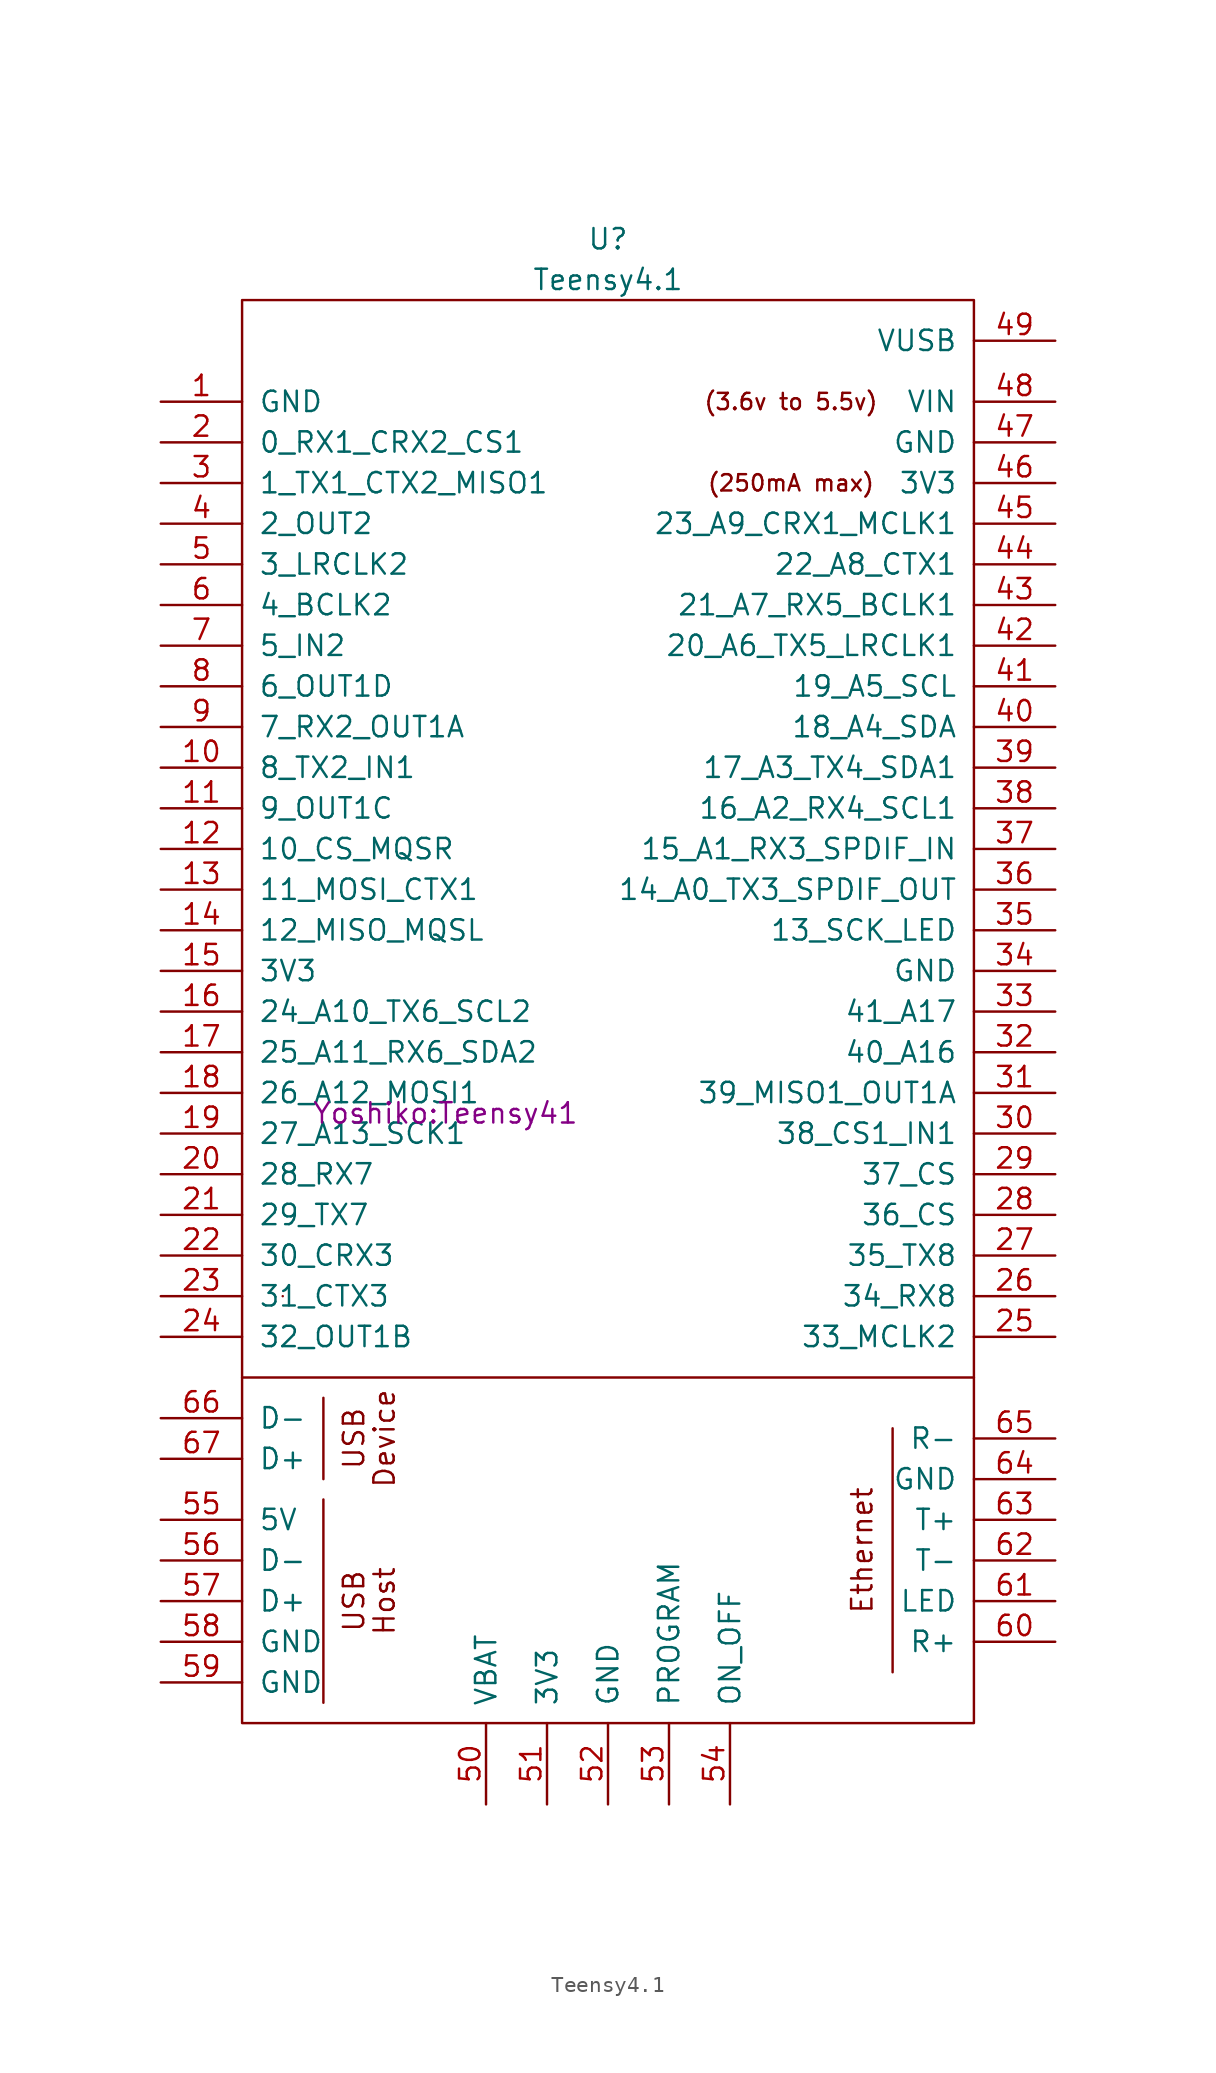
<source format=kicad_sym>
(kicad_symbol_lib
  (version 20211014)
  (generator kicad_symbol_editor)
  (symbol "Teensy4.1"
    (pin_names
      (offset 1.016))
    (property "Reference" "U"
      (at 0 64.77 0)
      (effects (font (size 1.27 1.27))))
    (property "Value" "Teensy4.1"
      (at 0 62.23 0)
      (effects (font (size 1.27 1.27))))
    (property "Footprint" "Yoshiko:Teensy41"
      (at -10.16 10.16 0)
      (effects (font (size 1.27 1.27))))
    (symbol "Teensy4.1_0_0"
      (polyline (pts (xy -22.86 -6.35) (xy 22.86 -6.35)) (stroke (width 0) (type default) (color 0 0 0 0)) (fill (type none)))
      (polyline (pts (xy -17.78 -26.67) (xy -17.78 -13.97)) (stroke (width 0) (type default) (color 0 0 0 0)) (fill (type none)))
      (polyline (pts (xy -17.78 -7.62) (xy -17.78 -12.7)) (stroke (width 0) (type default) (color 0 0 0 0)) (fill (type none)))
      (polyline (pts (xy 17.78 -9.525) (xy 17.78 -24.765)) (stroke (width 0) (type default) (color 0 0 0 0)) (fill (type none)))
      (text "(250mA max)" (at 11.43 49.53 0) (effects (font (size 1.016 1.016))))
      (text "(3.6v to 5.5v)" (at 11.43 54.61 0) (effects (font (size 1.016 1.016))))
      (text "Device" (at -13.97 -10.16 900) (effects (font (size 1.27 1.27))))
      (text "Ethernet" (at 15.875 -17.145 900) (effects (font (size 1.27 1.27))))
      (text "Host" (at -13.97 -20.32 900) (effects (font (size 1.27 1.27))))
      (text "USB" (at -15.875 -20.32 900) (effects (font (size 1.27 1.27))))
      (text "USB" (at -15.875 -10.16 900) (effects (font (size 1.27 1.27))))
      (pin bidirectional line (at -27.94 31.75 0) (length 5.08) (name "8_TX2_IN1" (effects (font (size 1.27 1.27)))) (number "10" (effects (font (size 1.27 1.27)))))
      (pin bidirectional line (at -27.94 29.21 0) (length 5.08) (name "9_OUT1C" (effects (font (size 1.27 1.27)))) (number "11" (effects (font (size 1.27 1.27)))))
      (pin bidirectional line (at -27.94 26.67 0) (length 5.08) (name "10_CS_MQSR" (effects (font (size 1.27 1.27)))) (number "12" (effects (font (size 1.27 1.27)))))
      (pin bidirectional line (at -27.94 24.13 0) (length 5.08) (name "11_MOSI_CTX1" (effects (font (size 1.27 1.27)))) (number "13" (effects (font (size 1.27 1.27)))))
      (pin bidirectional line (at -27.94 21.59 0) (length 5.08) (name "12_MISO_MQSL" (effects (font (size 1.27 1.27)))) (number "14" (effects (font (size 1.27 1.27)))))
      (pin power_in line (at -27.94 19.05 0) (length 5.08) (name "3V3" (effects (font (size 1.27 1.27)))) (number "15" (effects (font (size 1.27 1.27)))))
      (pin bidirectional line (at -27.94 16.51 0) (length 5.08) (name "24_A10_TX6_SCL2" (effects (font (size 1.27 1.27)))) (number "16" (effects (font (size 1.27 1.27)))))
      (pin bidirectional line (at -27.94 13.97 0) (length 5.08) (name "25_A11_RX6_SDA2" (effects (font (size 1.27 1.27)))) (number "17" (effects (font (size 1.27 1.27)))))
      (pin bidirectional line (at -27.94 11.43 0) (length 5.08) (name "26_A12_MOSI1" (effects (font (size 1.27 1.27)))) (number "18" (effects (font (size 1.27 1.27)))))
      (pin bidirectional line (at -27.94 8.89 0) (length 5.08) (name "27_A13_SCK1" (effects (font (size 1.27 1.27)))) (number "19" (effects (font (size 1.27 1.27)))))
      (pin bidirectional line (at -27.94 6.35 0) (length 5.08) (name "28_RX7" (effects (font (size 1.27 1.27)))) (number "20" (effects (font (size 1.27 1.27)))))
      (pin bidirectional line (at -27.94 3.81 0) (length 5.08) (name "29_TX7" (effects (font (size 1.27 1.27)))) (number "21" (effects (font (size 1.27 1.27)))))
      (pin bidirectional line (at -27.94 1.27 0) (length 5.08) (name "30_CRX3" (effects (font (size 1.27 1.27)))) (number "22" (effects (font (size 1.27 1.27)))))
      (pin bidirectional line (at -27.94 -1.27 0) (length 5.08) (name "31_CTX3" (effects (font (size 1.27 1.27)))) (number "23" (effects (font (size 1.27 1.27)))))
      (pin bidirectional line (at -27.94 -3.81 0) (length 5.08) (name "32_OUT1B" (effects (font (size 1.27 1.27)))) (number "24" (effects (font (size 1.27 1.27)))))
      (pin bidirectional line (at 27.94 -3.81 180) (length 5.08) (name "33_MCLK2" (effects (font (size 1.27 1.27)))) (number "25" (effects (font (size 1.27 1.27)))))
      (pin bidirectional line (at 27.94 -1.27 180) (length 5.08) (name "34_RX8" (effects (font (size 1.27 1.27)))) (number "26" (effects (font (size 1.27 1.27)))))
      (pin bidirectional line (at 27.94 1.27 180) (length 5.08) (name "35_TX8" (effects (font (size 1.27 1.27)))) (number "27" (effects (font (size 1.27 1.27)))))
      (pin bidirectional line (at 27.94 3.81 180) (length 5.08) (name "36_CS" (effects (font (size 1.27 1.27)))) (number "28" (effects (font (size 1.27 1.27)))))
      (pin bidirectional line (at 27.94 6.35 180) (length 5.08) (name "37_CS" (effects (font (size 1.27 1.27)))) (number "29" (effects (font (size 1.27 1.27)))))
      (pin bidirectional line (at 27.94 8.89 180) (length 5.08) (name "38_CS1_IN1" (effects (font (size 1.27 1.27)))) (number "30" (effects (font (size 1.27 1.27)))))
      (pin bidirectional line (at 27.94 11.43 180) (length 5.08) (name "39_MISO1_OUT1A" (effects (font (size 1.27 1.27)))) (number "31" (effects (font (size 1.27 1.27)))))
      (pin bidirectional line (at 27.94 13.97 180) (length 5.08) (name "40_A16" (effects (font (size 1.27 1.27)))) (number "32" (effects (font (size 1.27 1.27)))))
      (pin bidirectional line (at 27.94 16.51 180) (length 5.08) (name "41_A17" (effects (font (size 1.27 1.27)))) (number "33" (effects (font (size 1.27 1.27)))))
      (pin bidirectional line (at 27.94 21.59 180) (length 5.08) (name "13_SCK_LED" (effects (font (size 1.27 1.27)))) (number "35" (effects (font (size 1.27 1.27)))))
      (pin bidirectional line (at 27.94 24.13 180) (length 5.08) (name "14_A0_TX3_SPDIF_OUT" (effects (font (size 1.27 1.27)))) (number "36" (effects (font (size 1.27 1.27)))))
      (pin bidirectional line (at 27.94 26.67 180) (length 5.08) (name "15_A1_RX3_SPDIF_IN" (effects (font (size 1.27 1.27)))) (number "37" (effects (font (size 1.27 1.27)))))
      (pin bidirectional line (at 27.94 29.21 180) (length 5.08) (name "16_A2_RX4_SCL1" (effects (font (size 1.27 1.27)))) (number "38" (effects (font (size 1.27 1.27)))))
      (pin bidirectional line (at 27.94 31.75 180) (length 5.08) (name "17_A3_TX4_SDA1" (effects (font (size 1.27 1.27)))) (number "39" (effects (font (size 1.27 1.27)))))
      (pin bidirectional line (at 27.94 34.29 180) (length 5.08) (name "18_A4_SDA" (effects (font (size 1.27 1.27)))) (number "40" (effects (font (size 1.27 1.27)))))
      (pin bidirectional line (at 27.94 36.83 180) (length 5.08) (name "19_A5_SCL" (effects (font (size 1.27 1.27)))) (number "41" (effects (font (size 1.27 1.27)))))
      (pin bidirectional line (at 27.94 39.37 180) (length 5.08) (name "20_A6_TX5_LRCLK1" (effects (font (size 1.27 1.27)))) (number "42" (effects (font (size 1.27 1.27)))))
      (pin bidirectional line (at 27.94 41.91 180) (length 5.08) (name "21_A7_RX5_BCLK1" (effects (font (size 1.27 1.27)))) (number "43" (effects (font (size 1.27 1.27)))))
      (pin bidirectional line (at 27.94 44.45 180) (length 5.08) (name "22_A8_CTX1" (effects (font (size 1.27 1.27)))) (number "44" (effects (font (size 1.27 1.27)))))
      (pin bidirectional line (at 27.94 46.99 180) (length 5.08) (name "23_A9_CRX1_MCLK1" (effects (font (size 1.27 1.27)))) (number "45" (effects (font (size 1.27 1.27)))))
      (pin output line (at 27.94 49.53 180) (length 5.08) (name "3V3" (effects (font (size 1.27 1.27)))) (number "46" (effects (font (size 1.27 1.27)))))
      (pin output line (at 27.94 52.07 180) (length 5.08) (name "GND" (effects (font (size 1.27 1.27)))) (number "47" (effects (font (size 1.27 1.27)))))
      (pin power_in line (at 27.94 54.61 180) (length 5.08) (name "VIN" (effects (font (size 1.27 1.27)))) (number "48" (effects (font (size 1.27 1.27)))))
      (pin power_out line (at 27.94 58.42 180) (length 5.08) (name "VUSB" (effects (font (size 1.27 1.27)))) (number "49" (effects (font (size 1.27 1.27)))))
      (pin bidirectional line (at -27.94 44.45 0) (length 5.08) (name "3_LRCLK2" (effects (font (size 1.27 1.27)))) (number "5" (effects (font (size 1.27 1.27)))))
      (pin power_in line (at -7.62 -33.02 90) (length 5.08) (name "VBAT" (effects (font (size 1.27 1.27)))) (number "50" (effects (font (size 1.27 1.27)))))
      (pin power_in line (at -3.81 -33.02 90) (length 5.08) (name "3V3" (effects (font (size 1.27 1.27)))) (number "51" (effects (font (size 1.27 1.27)))))
      (pin input line (at 0 -33.02 90) (length 5.08) (name "GND" (effects (font (size 1.27 1.27)))) (number "52" (effects (font (size 1.27 1.27)))))
      (pin input line (at 3.81 -33.02 90) (length 5.08) (name "PROGRAM" (effects (font (size 1.27 1.27)))) (number "53" (effects (font (size 1.27 1.27)))))
      (pin input line (at 7.62 -33.02 90) (length 5.08) (name "ON_OFF" (effects (font (size 1.27 1.27)))) (number "54" (effects (font (size 1.27 1.27)))))
      (pin power_out line (at -27.94 -15.24 0) (length 5.08) (name "5V" (effects (font (size 1.27 1.27)))) (number "55" (effects (font (size 1.27 1.27)))))
      (pin bidirectional line (at -27.94 -17.78 0) (length 5.08) (name "D-" (effects (font (size 1.27 1.27)))) (number "56" (effects (font (size 1.27 1.27)))))
      (pin bidirectional line (at -27.94 -20.32 0) (length 5.08) (name "D+" (effects (font (size 1.27 1.27)))) (number "57" (effects (font (size 1.27 1.27)))))
      (pin power_in line (at -27.94 -22.86 0) (length 5.08) (name "GND" (effects (font (size 1.27 1.27)))) (number "58" (effects (font (size 1.27 1.27)))))
      (pin power_in line (at -27.94 -25.4 0) (length 5.08) (name "GND" (effects (font (size 1.27 1.27)))) (number "59" (effects (font (size 1.27 1.27)))))
      (pin bidirectional line (at -27.94 41.91 0) (length 5.08) (name "4_BCLK2" (effects (font (size 1.27 1.27)))) (number "6" (effects (font (size 1.27 1.27)))))
      (pin bidirectional line (at 27.94 -22.86 180) (length 5.08) (name "R+" (effects (font (size 1.27 1.27)))) (number "60" (effects (font (size 1.27 1.27)))))
      (pin bidirectional line (at 27.94 -20.32 180) (length 5.08) (name "LED" (effects (font (size 1.27 1.27)))) (number "61" (effects (font (size 1.27 1.27)))))
      (pin bidirectional line (at 27.94 -17.78 180) (length 5.08) (name "T-" (effects (font (size 1.27 1.27)))) (number "62" (effects (font (size 1.27 1.27)))))
      (pin bidirectional line (at 27.94 -15.24 180) (length 5.08) (name "T+" (effects (font (size 1.27 1.27)))) (number "63" (effects (font (size 1.27 1.27)))))
      (pin power_in line (at 27.94 -12.7 180) (length 5.08) (name "GND" (effects (font (size 1.27 1.27)))) (number "64" (effects (font (size 1.27 1.27)))))
      (pin bidirectional line (at 27.94 -10.16 180) (length 5.08) (name "R-" (effects (font (size 1.27 1.27)))) (number "65" (effects (font (size 1.27 1.27)))))
      (pin bidirectional line (at -27.94 -8.89 0) (length 5.08) (name "D-" (effects (font (size 1.27 1.27)))) (number "66" (effects (font (size 1.27 1.27)))))
      (pin bidirectional line (at -27.94 -11.43 0) (length 5.08) (name "D+" (effects (font (size 1.27 1.27)))) (number "67" (effects (font (size 1.27 1.27)))))
      (pin bidirectional line (at -27.94 39.37 0) (length 5.08) (name "5_IN2" (effects (font (size 1.27 1.27)))) (number "7" (effects (font (size 1.27 1.27)))))
      (pin bidirectional line (at -27.94 36.83 0) (length 5.08) (name "6_OUT1D" (effects (font (size 1.27 1.27)))) (number "8" (effects (font (size 1.27 1.27)))))
      (pin bidirectional line (at -27.94 34.29 0) (length 5.08) (name "7_RX2_OUT1A" (effects (font (size 1.27 1.27)))) (number "9" (effects (font (size 1.27 1.27))))))
    (symbol "Teensy4.1_0_1"
      (rectangle (start -22.86 60.96) (end 22.86 -27.94) (stroke (width 0) (type default) (color 0 0 0 0)) (fill (type none)))
      (rectangle (start -20.32 -1.27) (end -20.32 -1.27) (stroke (width 0) (type default) (color 0 0 0 0)) (fill (type none))))
    (symbol "Teensy4.1_1_1"
      (pin power_in line (at -27.94 54.61 0) (length 5.08) (name "GND" (effects (font (size 1.27 1.27)))) (number "1" (effects (font (size 1.27 1.27)))))
      (pin bidirectional line (at -27.94 52.07 0) (length 5.08) (name "0_RX1_CRX2_CS1" (effects (font (size 1.27 1.27)))) (number "2" (effects (font (size 1.27 1.27)))))
      (pin bidirectional line (at -27.94 49.53 0) (length 5.08) (name "1_TX1_CTX2_MISO1" (effects (font (size 1.27 1.27)))) (number "3" (effects (font (size 1.27 1.27)))))
      (pin power_in line (at 27.94 19.05 180) (length 5.08) (name "GND" (effects (font (size 1.27 1.27)))) (number "34" (effects (font (size 1.27 1.27)))))
      (pin bidirectional line (at -27.94 46.99 0) (length 5.08) (name "2_OUT2" (effects (font (size 1.27 1.27)))) (number "4" (effects (font (size 1.27 1.27))))))))
</source>
